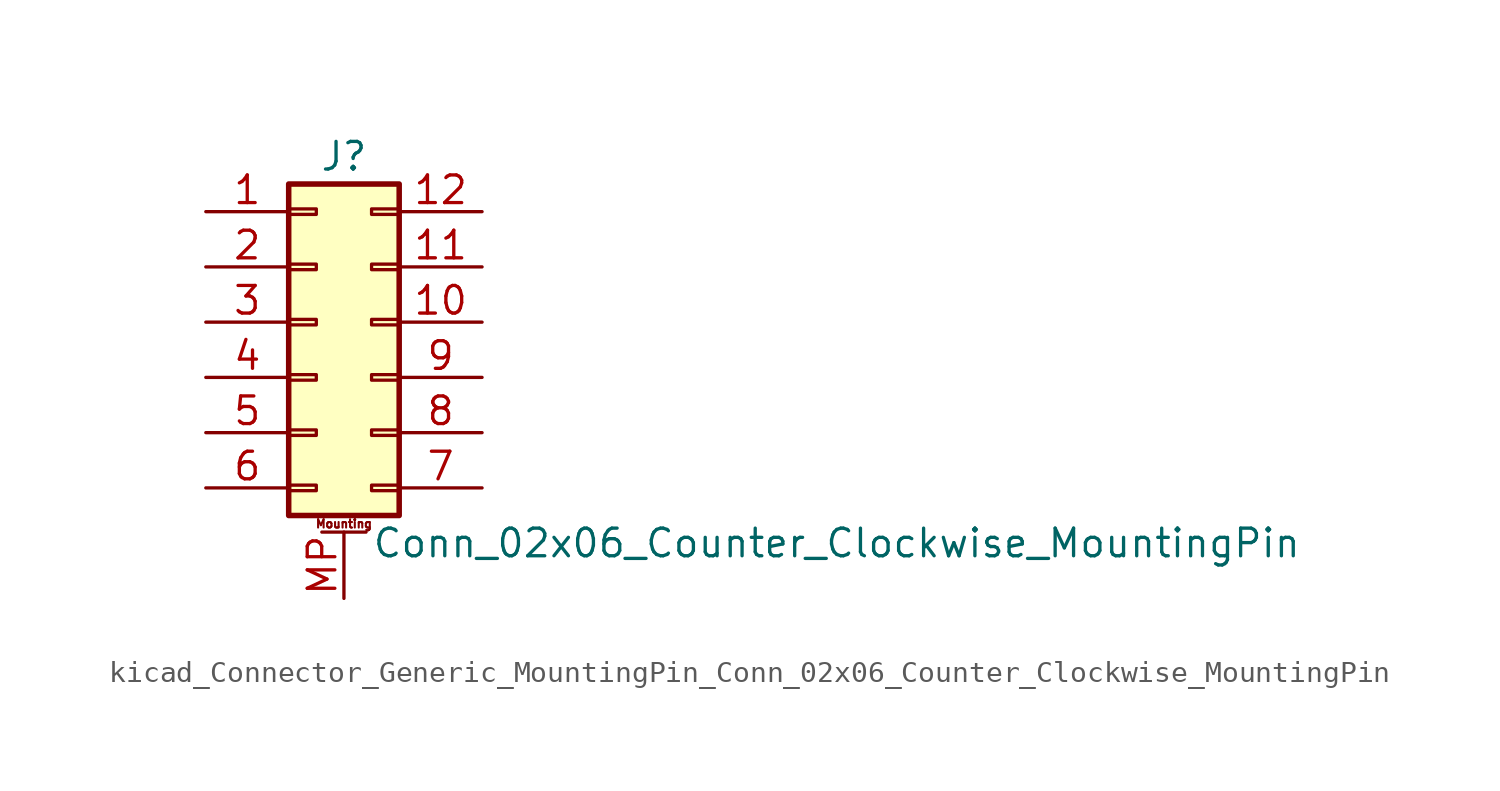
<source format=kicad_sym>
(kicad_symbol_lib
  (version 20220914)
  (generator kicad_symbol_editor)
  (symbol "kicad_Connector_Generic_MountingPin_Conn_02x06_Counter_Clockwise_MountingPin"
    (pin_names
      (offset 1.016) hide)
    (property "Reference" "J"
      (at 1.27 7.62 0)
      (effects (font (size 1.27 1.27))))
    (property "Value" "Conn_02x06_Counter_Clockwise_MountingPin"
      (at 2.54 -10.16 0)
      (effects (font (size 1.27 1.27)) (justify left)))
    (symbol "kicad_Connector_Generic_MountingPin_Conn_02x06_Counter_Clockwise_MountingPin_1_1"
      (rectangle (start -1.27 -7.493) (end 0 -7.747) (stroke (width 0.152) (type default)) (fill (type none)))
      (rectangle (start -1.27 -4.953) (end 0 -5.207) (stroke (width 0.152) (type default)) (fill (type none)))
      (rectangle (start -1.27 -2.413) (end 0 -2.667) (stroke (width 0.152) (type default)) (fill (type none)))
      (rectangle (start -1.27 0.127) (end 0 -0.127) (stroke (width 0.152) (type default)) (fill (type none)))
      (rectangle (start -1.27 2.667) (end 0 2.413) (stroke (width 0.152) (type default)) (fill (type none)))
      (rectangle (start -1.27 5.207) (end 0 4.953) (stroke (width 0.152) (type default)) (fill (type none)))
      (rectangle (start -1.27 6.35) (end 3.81 -8.89) (stroke (width 0.254) (type default)) (fill (type background)))
      (polyline (pts (xy 0.254 -9.652) (xy 2.286 -9.652)) (stroke (width 0.152) (type default)) (fill (type none)))
      (rectangle (start 3.81 -7.493) (end 2.54 -7.747) (stroke (width 0.152) (type default)) (fill (type none)))
      (rectangle (start 3.81 -4.953) (end 2.54 -5.207) (stroke (width 0.152) (type default)) (fill (type none)))
      (rectangle (start 3.81 -2.413) (end 2.54 -2.667) (stroke (width 0.152) (type default)) (fill (type none)))
      (rectangle (start 3.81 0.127) (end 2.54 -0.127) (stroke (width 0.152) (type default)) (fill (type none)))
      (rectangle (start 3.81 2.667) (end 2.54 2.413) (stroke (width 0.152) (type default)) (fill (type none)))
      (rectangle (start 3.81 5.207) (end 2.54 4.953) (stroke (width 0.152) (type default)) (fill (type none)))
      (text "Mounting" (at 1.27 -9.271 0) (effects (font (size 0.381 0.381))))
      (pin passive line (at -5.08 5.08 0) (length 3.81) (name "Pin_1" (effects (font (size 1.27 1.27)))) (number "1" (effects (font (size 1.27 1.27)))))
      (pin passive line (at 7.62 0 180) (length 3.81) (name "Pin_10" (effects (font (size 1.27 1.27)))) (number "10" (effects (font (size 1.27 1.27)))))
      (pin passive line (at 7.62 2.54 180) (length 3.81) (name "Pin_11" (effects (font (size 1.27 1.27)))) (number "11" (effects (font (size 1.27 1.27)))))
      (pin passive line (at 7.62 5.08 180) (length 3.81) (name "Pin_12" (effects (font (size 1.27 1.27)))) (number "12" (effects (font (size 1.27 1.27)))))
      (pin passive line (at -5.08 2.54 0) (length 3.81) (name "Pin_2" (effects (font (size 1.27 1.27)))) (number "2" (effects (font (size 1.27 1.27)))))
      (pin passive line (at -5.08 0 0) (length 3.81) (name "Pin_3" (effects (font (size 1.27 1.27)))) (number "3" (effects (font (size 1.27 1.27)))))
      (pin passive line (at -5.08 -2.54 0) (length 3.81) (name "Pin_4" (effects (font (size 1.27 1.27)))) (number "4" (effects (font (size 1.27 1.27)))))
      (pin passive line (at -5.08 -5.08 0) (length 3.81) (name "Pin_5" (effects (font (size 1.27 1.27)))) (number "5" (effects (font (size 1.27 1.27)))))
      (pin passive line (at -5.08 -7.62 0) (length 3.81) (name "Pin_6" (effects (font (size 1.27 1.27)))) (number "6" (effects (font (size 1.27 1.27)))))
      (pin passive line (at 7.62 -7.62 180) (length 3.81) (name "Pin_7" (effects (font (size 1.27 1.27)))) (number "7" (effects (font (size 1.27 1.27)))))
      (pin passive line (at 7.62 -5.08 180) (length 3.81) (name "Pin_8" (effects (font (size 1.27 1.27)))) (number "8" (effects (font (size 1.27 1.27)))))
      (pin passive line (at 7.62 -2.54 180) (length 3.81) (name "Pin_9" (effects (font (size 1.27 1.27)))) (number "9" (effects (font (size 1.27 1.27)))))
      (pin passive line (at 1.27 -12.7 90) (length 3.048) (name "MountPin" (effects (font (size 1.27 1.27)))) (number "MP" (effects (font (size 1.27 1.27))))))))
</source>
